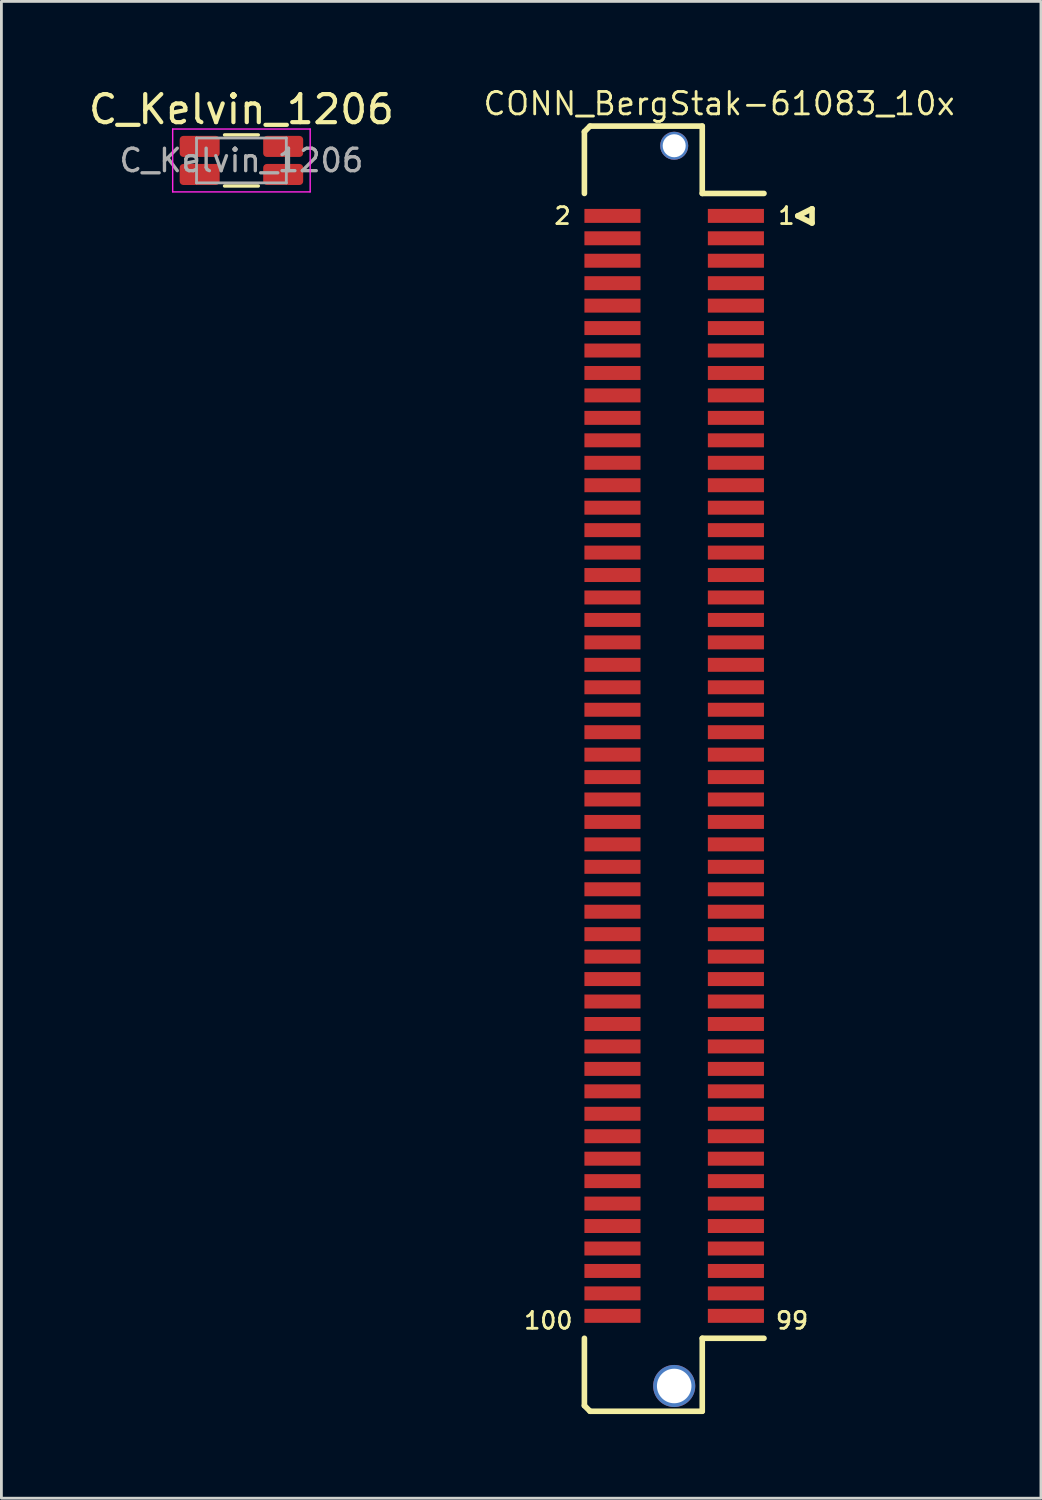
<source format=kicad_pcb>
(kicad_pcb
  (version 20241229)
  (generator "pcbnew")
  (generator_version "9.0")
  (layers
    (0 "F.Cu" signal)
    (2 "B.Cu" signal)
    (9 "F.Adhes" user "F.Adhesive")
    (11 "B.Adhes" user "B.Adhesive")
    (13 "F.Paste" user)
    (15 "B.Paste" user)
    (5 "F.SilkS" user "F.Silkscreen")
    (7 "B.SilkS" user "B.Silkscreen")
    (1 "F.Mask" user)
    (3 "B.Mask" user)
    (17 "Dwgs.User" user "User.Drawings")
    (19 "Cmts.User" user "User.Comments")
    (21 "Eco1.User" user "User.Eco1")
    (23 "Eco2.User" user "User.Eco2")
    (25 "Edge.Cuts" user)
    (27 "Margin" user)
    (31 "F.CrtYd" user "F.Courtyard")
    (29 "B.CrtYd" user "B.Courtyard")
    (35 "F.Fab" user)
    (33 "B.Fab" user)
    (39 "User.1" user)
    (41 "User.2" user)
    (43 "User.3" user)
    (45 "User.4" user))
  (footprint "C_Kelvin_1206"
    (layer "F.Cu")
    (at 5.554 2.668)
    (property "Reference" "C_Kelvin_1206" (at 0 -1.82 0) (layer "F.SilkS") (effects (font (size 1 1) (thickness 0.15))))
    (attr smd)
    (fp_line (start -0.602 -0.91) (end 0.602 -0.91) (stroke (width 0.12) (type solid)) (layer "F.SilkS"))
    (fp_line (start -0.602 0.91) (end 0.602 0.91) (stroke (width 0.12) (type solid)) (layer "F.SilkS"))
    (fp_line (start -2.45 -1.12) (end 2.45 -1.12) (stroke (width 0.05) (type solid)) (layer "F.CrtYd"))
    (fp_line (start -2.45 1.12) (end -2.45 -1.12) (stroke (width 0.05) (type solid)) (layer "F.CrtYd"))
    (fp_line (start 2.45 -1.12) (end 2.45 1.12) (stroke (width 0.05) (type solid)) (layer "F.CrtYd"))
    (fp_line (start 2.45 1.12) (end -2.45 1.12) (stroke (width 0.05) (type solid)) (layer "F.CrtYd"))
    (fp_line (start -1.6 -0.8) (end 1.6 -0.8) (stroke (width 0.1) (type solid)) (layer "F.Fab"))
    (fp_line (start -1.6 0.8) (end -1.6 -0.8) (stroke (width 0.1) (type solid)) (layer "F.Fab"))
    (fp_line (start 1.6 -0.8) (end 1.6 0.8) (stroke (width 0.1) (type solid)) (layer "F.Fab"))
    (fp_line (start 1.6 0.8) (end -1.6 0.8) (stroke (width 0.1) (type solid)) (layer "F.Fab"))
    (fp_text user "${REFERENCE}" (at 0 0 0) (layer "F.Fab") (effects (font (size 0.8 0.8) (thickness 0.12))))
    (pad "1" smd roundrect (at 1.488 -0.5) (size 1.425 0.75) (layers "F.Cu" "F.Mask" "F.Paste") (roundrect_rratio 0.175))
    (pad "2" smd roundrect (at 1.488 0.5) (size 1.425 0.75) (layers "F.Cu" "F.Mask" "F.Paste") (roundrect_rratio 0.175))
    (pad "3" smd roundrect (at -1.488 0.5) (size 1.425 0.75) (layers "F.Cu" "F.Mask" "F.Paste") (roundrect_rratio 0.175))
    (pad "4" smd roundrect (at -1.488 -0.5) (size 1.425 0.75) (layers "F.Cu" "F.Mask" "F.Paste") (roundrect_rratio 0.175)))
  (footprint "CONN_BergStak-61083_10x"
    (layer "F.Cu")
    (at 18.777 4.644)
    (property "Reference" "CONN_BergStak-61083_10x" (at 3.8 -4 0) (layer "F.SilkS") (effects (font (size 0.8 0.8) (thickness 0.1))))
    (attr through_hole)
    (fp_line (start -1 -3) (end -1 -0.8) (stroke (width 0.2) (type solid)) (layer "F.SilkS"))
    (fp_line (start -1 40) (end -1 42.4) (stroke (width 0.2) (type solid)) (layer "F.SilkS"))
    (fp_line (start -1 42.4) (end -0.8 42.6) (stroke (width 0.2) (type solid)) (layer "F.SilkS"))
    (fp_line (start -0.8 -3.2) (end -1 -3) (stroke (width 0.2) (type solid)) (layer "F.SilkS"))
    (fp_line (start -0.8 42.6) (end 3.2 42.6) (stroke (width 0.2) (type solid)) (layer "F.SilkS"))
    (fp_line (start 3.2 -3.2) (end -0.8 -3.2) (stroke (width 0.2) (type solid)) (layer "F.SilkS"))
    (fp_line (start 3.2 -0.8) (end 3.2 -3.2) (stroke (width 0.2) (type solid)) (layer "F.SilkS"))
    (fp_line (start 3.2 -0.8) (end 5.4 -0.8) (stroke (width 0.2) (type solid)) (layer "F.SilkS"))
    (fp_line (start 3.2 40) (end 5.4 40) (stroke (width 0.2) (type solid)) (layer "F.SilkS"))
    (fp_line (start 3.2 42.6) (end 3.2 40) (stroke (width 0.2) (type solid)) (layer "F.SilkS"))
    (fp_line (start 6.604 0) (end 7.112 -0.254) (stroke (width 0.2) (type solid)) (layer "F.SilkS"))
    (fp_line (start 7.112 -0.254) (end 7.112 0.254) (stroke (width 0.2) (type solid)) (layer "F.SilkS"))
    (fp_line (start 7.112 0.254) (end 6.604 0) (stroke (width 0.2) (type solid)) (layer "F.SilkS"))
    (fp_text user "2" (at -1.778 0 0) (layer "F.SilkS") (effects (font (size 0.6 0.6) (thickness 0.1))))
    (fp_text user "100" (at -2.286 39.37 180) (layer "F.SilkS") (effects (font (size 0.6 0.6) (thickness 0.1))))
    (fp_text user "1" (at 6.2 0 0) (layer "F.SilkS") (effects (font (size 0.6 0.6) (thickness 0.1))))
    (fp_text user "99" (at 6.4 39.37 0) (layer "F.SilkS") (effects (font (size 0.6 0.6) (thickness 0.1))))
    (pad "1" smd rect (at 4.399 0) (size 1.999 0.498) (layers "F.Cu" "F.Mask" "F.Paste"))
    (pad "2" smd rect (at 0 0) (size 1.999 0.498) (layers "F.Cu" "F.Mask" "F.Paste"))
    (pad "3" smd rect (at 4.399 0.798) (size 1.999 0.498) (layers "F.Cu" "F.Mask" "F.Paste"))
    (pad "4" smd rect (at 0 0.798) (size 1.999 0.498) (layers "F.Cu" "F.Mask" "F.Paste"))
    (pad "5" smd rect (at 4.399 1.598) (size 1.999 0.498) (layers "F.Cu" "F.Mask" "F.Paste"))
    (pad "6" smd rect (at 0 1.598) (size 1.999 0.498) (layers "F.Cu" "F.Mask" "F.Paste"))
    (pad "7" smd rect (at 4.399 2.398) (size 1.999 0.498) (layers "F.Cu" "F.Mask" "F.Paste"))
    (pad "8" smd rect (at 0 2.398) (size 1.999 0.498) (layers "F.Cu" "F.Mask" "F.Paste"))
    (pad "9" smd rect (at 4.399 3.198) (size 1.999 0.498) (layers "F.Cu" "F.Mask" "F.Paste"))
    (pad "10" smd rect (at 0 3.198) (size 1.999 0.498) (layers "F.Cu" "F.Mask" "F.Paste"))
    (pad "11" smd rect (at 4.399 3.998) (size 1.999 0.498) (layers "F.Cu" "F.Mask" "F.Paste"))
    (pad "12" smd rect (at 0 3.998) (size 1.999 0.498) (layers "F.Cu" "F.Mask" "F.Paste"))
    (pad "13" smd rect (at 4.399 4.798) (size 1.999 0.498) (layers "F.Cu" "F.Mask" "F.Paste"))
    (pad "14" smd rect (at 0 4.798) (size 1.999 0.498) (layers "F.Cu" "F.Mask" "F.Paste"))
    (pad "15" smd rect (at 4.399 5.598) (size 1.999 0.498) (layers "F.Cu" "F.Mask" "F.Paste"))
    (pad "16" smd rect (at 0 5.598) (size 1.999 0.498) (layers "F.Cu" "F.Mask" "F.Paste"))
    (pad "17" smd rect (at 4.399 6.398) (size 1.999 0.498) (layers "F.Cu" "F.Mask" "F.Paste"))
    (pad "18" smd rect (at 0 6.398) (size 1.999 0.498) (layers "F.Cu" "F.Mask" "F.Paste"))
    (pad "19" smd rect (at 4.399 7.198) (size 1.999 0.498) (layers "F.Cu" "F.Mask" "F.Paste"))
    (pad "20" smd rect (at 0 7.198) (size 1.999 0.498) (layers "F.Cu" "F.Mask" "F.Paste"))
    (pad "21" smd rect (at 4.399 7.998) (size 1.999 0.498) (layers "F.Cu" "F.Mask" "F.Paste"))
    (pad "22" smd rect (at 0 7.998) (size 1.999 0.498) (layers "F.Cu" "F.Mask" "F.Paste"))
    (pad "23" smd rect (at 4.399 8.799) (size 1.999 0.498) (layers "F.Cu" "F.Mask" "F.Paste"))
    (pad "24" smd rect (at 0 8.799) (size 1.999 0.498) (layers "F.Cu" "F.Mask" "F.Paste"))
    (pad "25" smd rect (at 4.399 9.599) (size 1.999 0.498) (layers "F.Cu" "F.Mask" "F.Paste"))
    (pad "26" smd rect (at 0 9.599) (size 1.999 0.498) (layers "F.Cu" "F.Mask" "F.Paste"))
    (pad "27" smd rect (at 4.399 10.399) (size 1.999 0.498) (layers "F.Cu" "F.Mask" "F.Paste"))
    (pad "28" smd rect (at 0 10.399) (size 1.999 0.498) (layers "F.Cu" "F.Mask" "F.Paste"))
    (pad "29" smd rect (at 4.399 11.199) (size 1.999 0.498) (layers "F.Cu" "F.Mask" "F.Paste"))
    (pad "30" smd rect (at 0 11.199) (size 1.999 0.498) (layers "F.Cu" "F.Mask" "F.Paste"))
    (pad "31" smd rect (at 4.399 11.999) (size 1.999 0.498) (layers "F.Cu" "F.Mask" "F.Paste"))
    (pad "32" smd rect (at 0 11.999) (size 1.999 0.498) (layers "F.Cu" "F.Mask" "F.Paste"))
    (pad "33" smd rect (at 4.399 12.799) (size 1.999 0.498) (layers "F.Cu" "F.Mask" "F.Paste"))
    (pad "34" smd rect (at 0 12.799) (size 1.999 0.498) (layers "F.Cu" "F.Mask" "F.Paste"))
    (pad "35" smd rect (at 4.399 13.599) (size 1.999 0.498) (layers "F.Cu" "F.Mask" "F.Paste"))
    (pad "36" smd rect (at 0 13.599) (size 1.999 0.498) (layers "F.Cu" "F.Mask" "F.Paste"))
    (pad "37" smd rect (at 4.399 14.399) (size 1.999 0.498) (layers "F.Cu" "F.Mask" "F.Paste"))
    (pad "38" smd rect (at 0 14.399) (size 1.999 0.498) (layers "F.Cu" "F.Mask" "F.Paste"))
    (pad "39" smd rect (at 4.399 15.199) (size 1.999 0.498) (layers "F.Cu" "F.Mask" "F.Paste"))
    (pad "40" smd rect (at 0 15.199) (size 1.999 0.498) (layers "F.Cu" "F.Mask" "F.Paste"))
    (pad "41" smd rect (at 4.399 15.999) (size 1.999 0.498) (layers "F.Cu" "F.Mask" "F.Paste"))
    (pad "42" smd rect (at 0 15.999) (size 1.999 0.498) (layers "F.Cu" "F.Mask" "F.Paste"))
    (pad "43" smd rect (at 4.399 16.8) (size 1.999 0.498) (layers "F.Cu" "F.Mask" "F.Paste"))
    (pad "44" smd rect (at 0 16.8) (size 1.999 0.498) (layers "F.Cu" "F.Mask" "F.Paste"))
    (pad "45" smd rect (at 4.399 17.6) (size 1.999 0.498) (layers "F.Cu" "F.Mask" "F.Paste"))
    (pad "46" smd rect (at 0 17.6) (size 1.999 0.498) (layers "F.Cu" "F.Mask" "F.Paste"))
    (pad "47" smd rect (at 4.399 18.4) (size 1.999 0.498) (layers "F.Cu" "F.Mask" "F.Paste"))
    (pad "48" smd rect (at 0 18.4) (size 1.999 0.498) (layers "F.Cu" "F.Mask" "F.Paste"))
    (pad "49" smd rect (at 4.399 19.2) (size 1.999 0.498) (layers "F.Cu" "F.Mask" "F.Paste"))
    (pad "50" smd rect (at 0 19.2) (size 1.999 0.498) (layers "F.Cu" "F.Mask" "F.Paste"))
    (pad "51" smd rect (at 4.399 20) (size 1.999 0.498) (layers "F.Cu" "F.Mask" "F.Paste"))
    (pad "52" smd rect (at 0 20) (size 1.999 0.498) (layers "F.Cu" "F.Mask" "F.Paste"))
    (pad "53" smd rect (at 4.399 20.798) (size 1.999 0.498) (layers "F.Cu" "F.Mask" "F.Paste"))
    (pad "54" smd rect (at 0 20.798) (size 1.999 0.498) (layers "F.Cu" "F.Mask" "F.Paste"))
    (pad "55" smd rect (at 4.399 21.598) (size 1.999 0.498) (layers "F.Cu" "F.Mask" "F.Paste"))
    (pad "56" smd rect (at 0 21.598) (size 1.999 0.498) (layers "F.Cu" "F.Mask" "F.Paste"))
    (pad "57" smd rect (at 4.399 22.398) (size 1.999 0.498) (layers "F.Cu" "F.Mask" "F.Paste"))
    (pad "58" smd rect (at 0 22.398) (size 1.999 0.498) (layers "F.Cu" "F.Mask" "F.Paste"))
    (pad "59" smd rect (at 4.399 23.198) (size 1.999 0.498) (layers "F.Cu" "F.Mask" "F.Paste"))
    (pad "60" smd rect (at 0 23.198) (size 1.999 0.498) (layers "F.Cu" "F.Mask" "F.Paste"))
    (pad "61" smd rect (at 4.399 23.998) (size 1.999 0.498) (layers "F.Cu" "F.Mask" "F.Paste"))
    (pad "62" smd rect (at 0 23.998) (size 1.999 0.498) (layers "F.Cu" "F.Mask" "F.Paste"))
    (pad "63" smd rect (at 4.399 24.798) (size 1.999 0.498) (layers "F.Cu" "F.Mask" "F.Paste"))
    (pad "64" smd rect (at 0 24.798) (size 1.999 0.498) (layers "F.Cu" "F.Mask" "F.Paste"))
    (pad "65" smd rect (at 4.399 25.598) (size 1.999 0.498) (layers "F.Cu" "F.Mask" "F.Paste"))
    (pad "66" smd rect (at 0 25.598) (size 1.999 0.498) (layers "F.Cu" "F.Mask" "F.Paste"))
    (pad "67" smd rect (at 4.399 26.398) (size 1.999 0.498) (layers "F.Cu" "F.Mask" "F.Paste"))
    (pad "68" smd rect (at 0 26.398) (size 1.999 0.498) (layers "F.Cu" "F.Mask" "F.Paste"))
    (pad "69" smd rect (at 4.399 27.198) (size 1.999 0.498) (layers "F.Cu" "F.Mask" "F.Paste"))
    (pad "70" smd rect (at 0 27.198) (size 1.999 0.498) (layers "F.Cu" "F.Mask" "F.Paste"))
    (pad "71" smd rect (at 4.399 27.998) (size 1.999 0.498) (layers "F.Cu" "F.Mask" "F.Paste"))
    (pad "72" smd rect (at 0 27.998) (size 1.999 0.498) (layers "F.Cu" "F.Mask" "F.Paste"))
    (pad "73" smd rect (at 4.399 28.799) (size 1.999 0.498) (layers "F.Cu" "F.Mask" "F.Paste"))
    (pad "74" smd rect (at 0 28.799) (size 1.999 0.498) (layers "F.Cu" "F.Mask" "F.Paste"))
    (pad "75" smd rect (at 4.399 29.599) (size 1.999 0.498) (layers "F.Cu" "F.Mask" "F.Paste"))
    (pad "76" smd rect (at 0 29.599) (size 1.999 0.498) (layers "F.Cu" "F.Mask" "F.Paste"))
    (pad "77" smd rect (at 4.399 30.399) (size 1.999 0.498) (layers "F.Cu" "F.Mask" "F.Paste"))
    (pad "78" smd rect (at 0 30.399) (size 1.999 0.498) (layers "F.Cu" "F.Mask" "F.Paste"))
    (pad "79" smd rect (at 4.399 31.199) (size 1.999 0.498) (layers "F.Cu" "F.Mask" "F.Paste"))
    (pad "80" smd rect (at 0 31.199) (size 1.999 0.498) (layers "F.Cu" "F.Mask" "F.Paste"))
    (pad "81" smd rect (at 4.399 31.999) (size 1.999 0.498) (layers "F.Cu" "F.Mask" "F.Paste"))
    (pad "82" smd rect (at 0 31.999) (size 1.999 0.498) (layers "F.Cu" "F.Mask" "F.Paste"))
    (pad "83" smd rect (at 4.399 32.799) (size 1.999 0.498) (layers "F.Cu" "F.Mask" "F.Paste"))
    (pad "84" smd rect (at 0 32.799) (size 1.999 0.498) (layers "F.Cu" "F.Mask" "F.Paste"))
    (pad "85" smd rect (at 4.399 33.599) (size 1.999 0.498) (layers "F.Cu" "F.Mask" "F.Paste"))
    (pad "86" smd rect (at 0 33.599) (size 1.999 0.498) (layers "F.Cu" "F.Mask" "F.Paste"))
    (pad "87" smd rect (at 4.399 34.399) (size 1.999 0.498) (layers "F.Cu" "F.Mask" "F.Paste"))
    (pad "88" smd rect (at 0 34.399) (size 1.999 0.498) (layers "F.Cu" "F.Mask" "F.Paste"))
    (pad "89" smd rect (at 4.399 35.199) (size 1.999 0.498) (layers "F.Cu" "F.Mask" "F.Paste"))
    (pad "90" smd rect (at 0 35.199) (size 1.999 0.498) (layers "F.Cu" "F.Mask" "F.Paste"))
    (pad "91" smd rect (at 4.399 35.999) (size 1.999 0.498) (layers "F.Cu" "F.Mask" "F.Paste"))
    (pad "92" smd rect (at 0 35.999) (size 1.999 0.498) (layers "F.Cu" "F.Mask" "F.Paste"))
    (pad "93" smd rect (at 4.399 36.8) (size 1.999 0.498) (layers "F.Cu" "F.Mask" "F.Paste"))
    (pad "94" smd rect (at 0 36.8) (size 1.999 0.498) (layers "F.Cu" "F.Mask" "F.Paste"))
    (pad "95" smd rect (at 4.399 37.6) (size 1.999 0.498) (layers "F.Cu" "F.Mask" "F.Paste"))
    (pad "96" smd rect (at 0 37.6) (size 1.999 0.498) (layers "F.Cu" "F.Mask" "F.Paste"))
    (pad "97" smd rect (at 4.399 38.4) (size 1.999 0.498) (layers "F.Cu" "F.Mask" "F.Paste"))
    (pad "98" smd rect (at 0 38.4) (size 1.999 0.498) (layers "F.Cu" "F.Mask" "F.Paste"))
    (pad "99" smd rect (at 4.399 39.2) (size 1.999 0.498) (layers "F.Cu" "F.Mask" "F.Paste"))
    (pad "100" smd rect (at 0 39.2) (size 1.999 0.498) (layers "F.Cu" "F.Mask" "F.Paste"))
    (pad "A" thru_hole circle (at 2.2 -2.5) (size 1 1) (drill 0.82) (layers "*.Cu" "*.Mask"))
    (pad "B" thru_hole circle (at 2.2 41.7) (size 1.5 1.5) (drill 1.23) (layers "*.Cu" "*.Mask")))
  (gr_rect
    (start -3 -3)
    (end 34.047 50.343)
    (stroke (width 0.1) (type default))
    (fill no)
    (layer "Edge.Cuts")))
</source>
